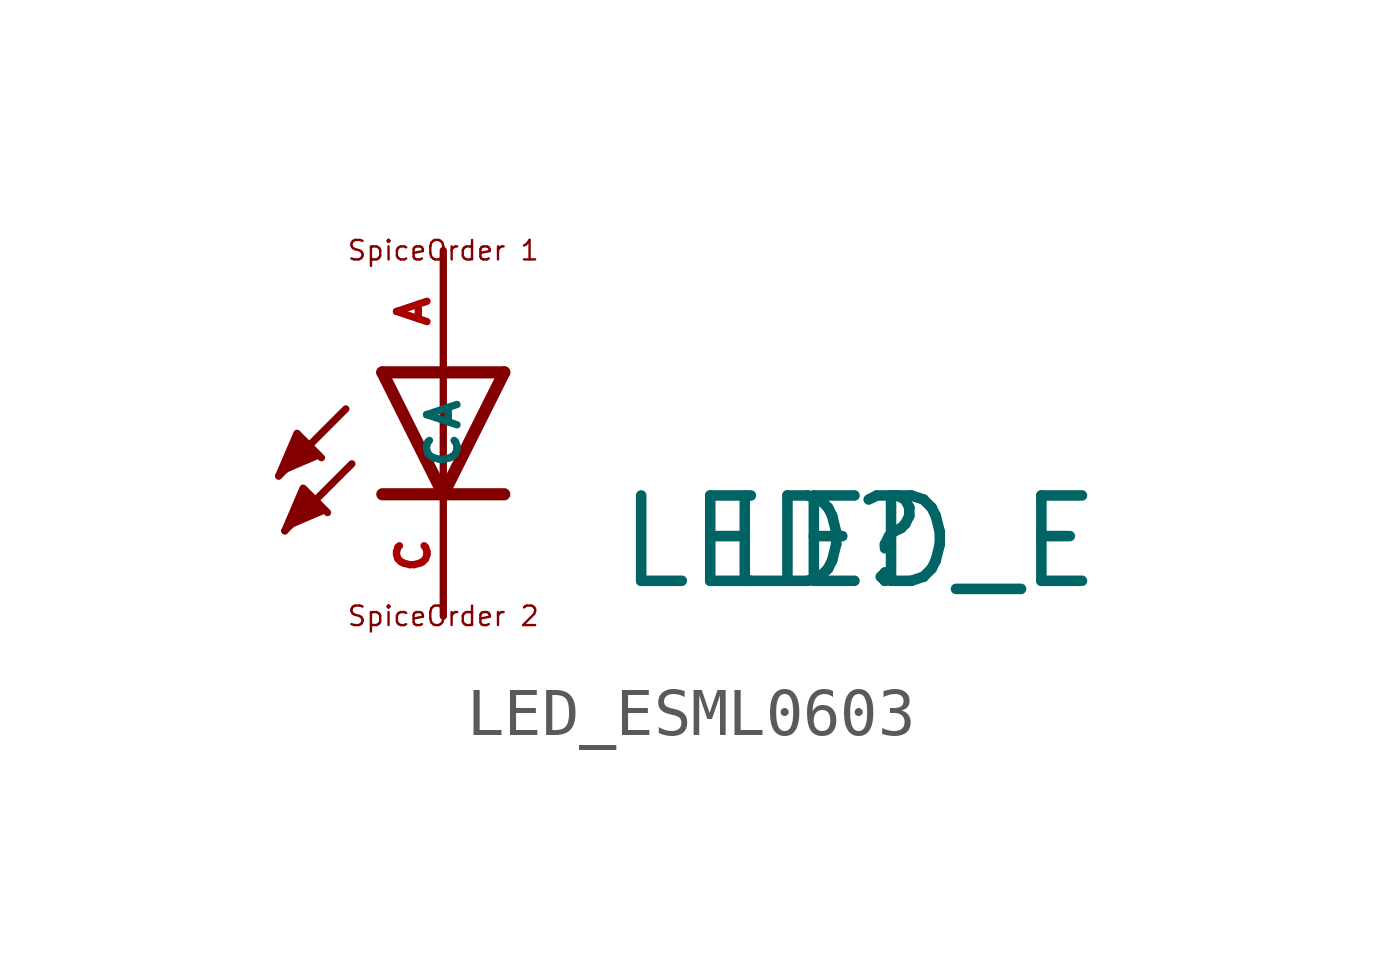
<source format=kicad_sym>
(kicad_symbol_lib
  (version 20220914)
  (generator Eagle2Kicad)
  (symbol "LED_ESML0603"
    (property "Reference" "LED"
      (at 3.556 -4.572 0)
      (effects (font (size 1.778 1.778) (thickness 0.22)) (justify left bottom)))
    (property "Value" "LED_E"
      (at 5.715 -4.572 0)
      (effects (font (size 1.778 1.778) (thickness 0.22)) (justify left bottom)))
    (polyline
      (pts (xy -3.429 -2.159) (xy -3.048 -1.27) (xy -2.54 -1.778))
      (stroke (width 0.152) (type default))
      (fill (type outline)))
    (polyline
      (pts (xy -3.302 -3.302) (xy -2.921 -2.413) (xy -2.413 -2.921))
      (stroke (width 0.152) (type default))
      (fill (type outline)))
    (polyline
      (pts (xy 1.27 0) (xy 0 -2.54))
      (stroke (width 0.254) (type default))
      (fill (type none)))
    (polyline
      (pts (xy 0 -2.54) (xy -1.27 0))
      (stroke (width 0.254) (type default))
      (fill (type none)))
    (polyline
      (pts (xy 1.27 -2.54) (xy 0 -2.54))
      (stroke (width 0.254) (type default))
      (fill (type none)))
    (polyline
      (pts (xy 0 -2.54) (xy -1.27 -2.54))
      (stroke (width 0.254) (type default))
      (fill (type none)))
    (polyline
      (pts (xy 1.27 0) (xy 0 0))
      (stroke (width 0.254) (type default))
      (fill (type none)))
    (polyline
      (pts (xy 0 0) (xy -1.27 0))
      (stroke (width 0.254) (type default))
      (fill (type none)))
    (polyline
      (pts (xy 0 0) (xy 0 -2.54))
      (stroke (width 0.152) (type default))
      (fill (type none)))
    (polyline
      (pts (xy -2.032 -0.762) (xy -3.429 -2.159))
      (stroke (width 0.152) (type default))
      (fill (type none)))
    (polyline
      (pts (xy -1.905 -1.905) (xy -3.302 -3.302))
      (stroke (width 0.152) (type default))
      (fill (type none)))
    (text "SpiceOrder 2"
      (at 0 -5.08 0)
      (effects (font (size 0.406 0.406) (thickness 0.05))))
    (text "SpiceOrder 1"
      (at 0 2.54 0)
      (effects (font (size 0.406 0.406) (thickness 0.05))))
    (pin passive line
      (at 0 2.54 270)
      (length 2.54)
      (name "A" (effects (font (size 0.635 0.635) (thickness 0.08)) (justify left bottom)))
      (number "A" (effects (font (size 0.635 0.635) (thickness 0.08)) (justify left bottom))))
    (pin passive line
      (at 0 -5.08 90)
      (length 2.54)
      (name "C" (effects (font (size 0.635 0.635) (thickness 0.08)) (justify left bottom)))
      (number "C" (effects (font (size 0.635 0.635) (thickness 0.08)) (justify left bottom))))))
</source>
